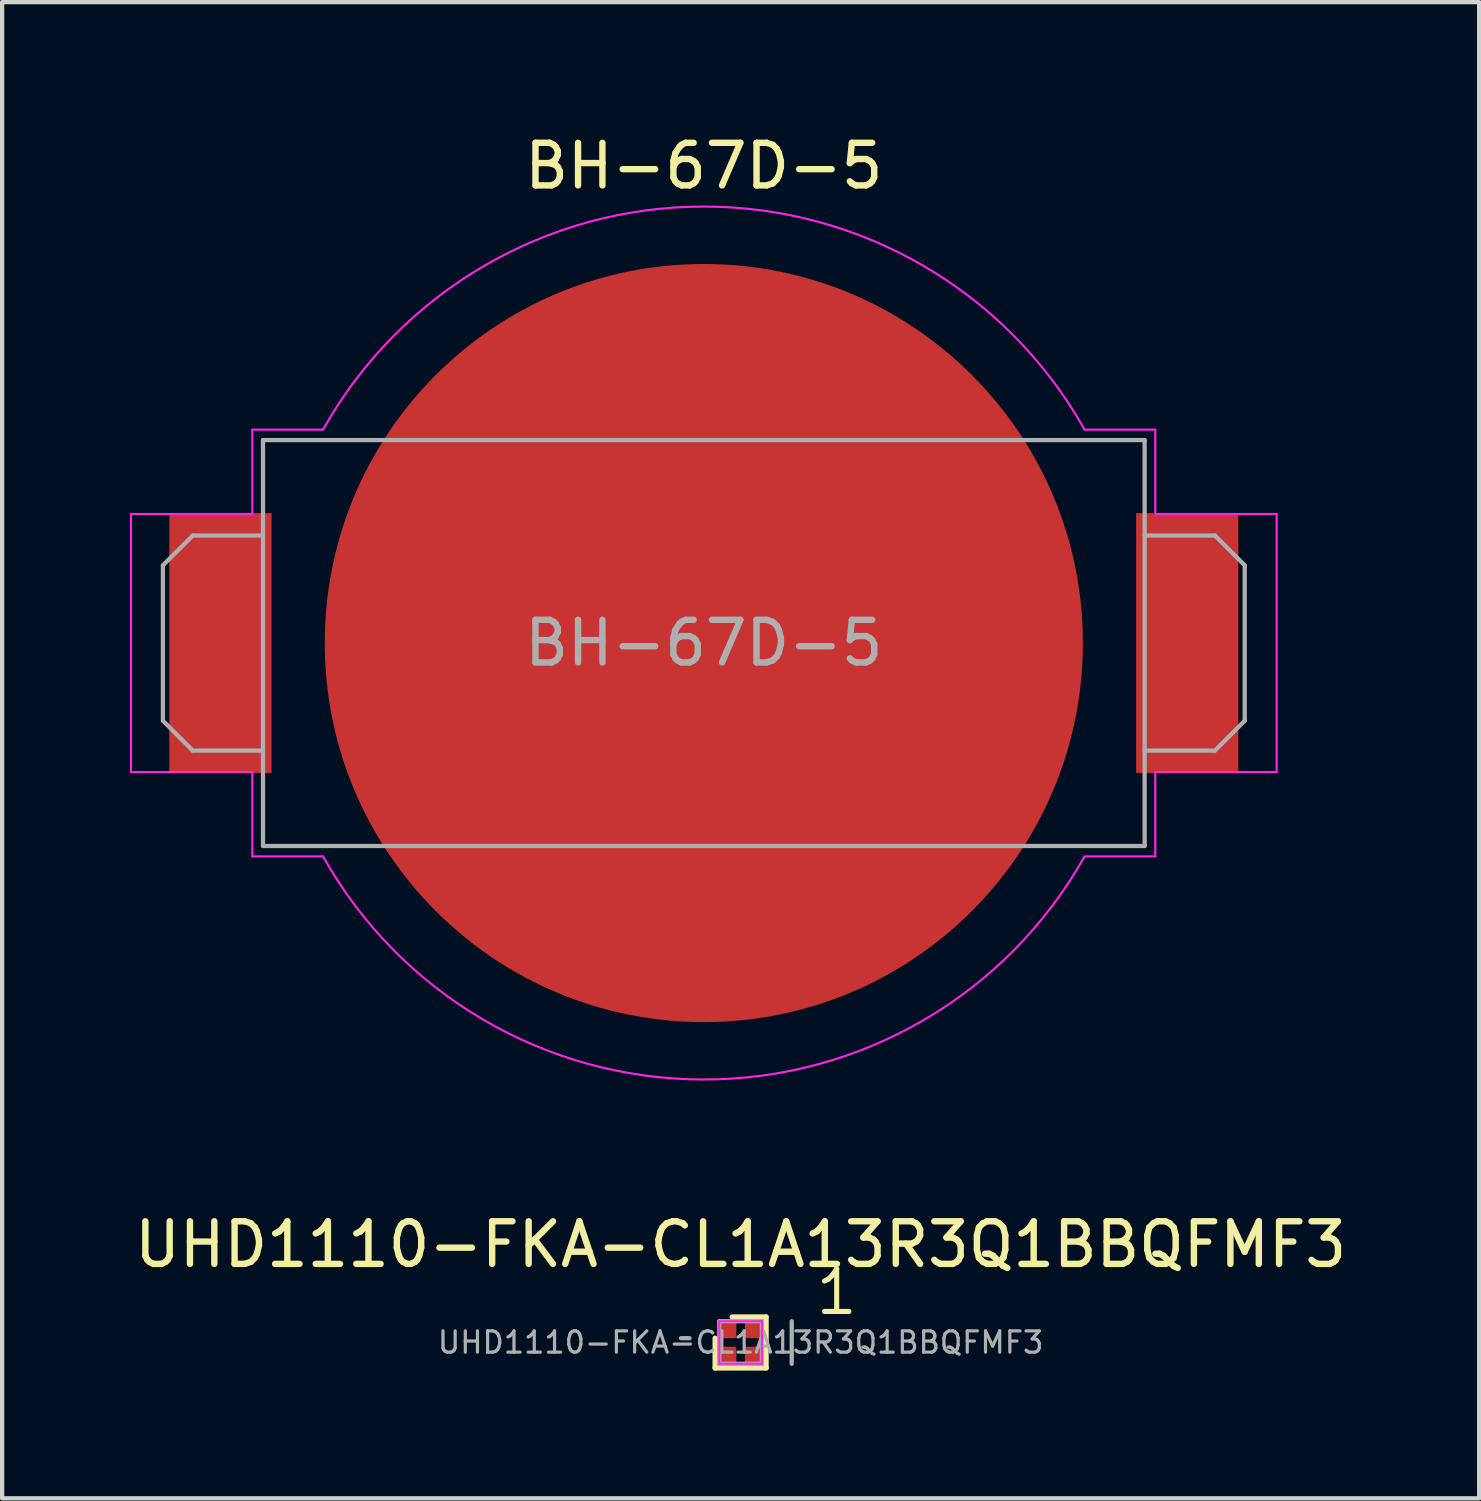
<source format=kicad_pcb>
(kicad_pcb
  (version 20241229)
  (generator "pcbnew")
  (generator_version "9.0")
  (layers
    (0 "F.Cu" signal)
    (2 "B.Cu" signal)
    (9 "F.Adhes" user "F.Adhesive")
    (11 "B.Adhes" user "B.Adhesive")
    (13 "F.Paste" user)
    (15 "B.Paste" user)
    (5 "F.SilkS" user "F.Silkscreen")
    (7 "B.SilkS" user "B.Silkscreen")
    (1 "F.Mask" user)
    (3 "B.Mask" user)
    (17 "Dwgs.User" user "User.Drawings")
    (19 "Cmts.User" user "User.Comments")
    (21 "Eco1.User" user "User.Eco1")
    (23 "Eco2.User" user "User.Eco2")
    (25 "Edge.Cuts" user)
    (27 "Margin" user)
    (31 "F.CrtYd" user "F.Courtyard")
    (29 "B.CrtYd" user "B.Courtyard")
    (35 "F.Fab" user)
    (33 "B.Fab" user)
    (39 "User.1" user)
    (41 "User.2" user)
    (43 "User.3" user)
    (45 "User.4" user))
  (footprint "BH-67D-5"
    (layer "F.Cu")
    (at 13.475 12.048)
    (property "Reference" "BH-67D-5" (at 0 -11.2 0) (layer "F.SilkS") (effects (font (size 1 1) (thickness 0.15))))
    (attr smd)
    (fp_line (start -13.45 -3.03) (end -13.45 3.03) (stroke (width 0.05) (type solid)) (layer "F.CrtYd"))
    (fp_line (start -13.45 3.03) (end -10.6 3.03) (stroke (width 0.05) (type solid)) (layer "F.CrtYd"))
    (fp_line (start -10.6 -5.01) (end -10.6 -3.03) (stroke (width 0.05) (type solid)) (layer "F.CrtYd"))
    (fp_line (start -10.6 -3.03) (end -13.45 -3.03) (stroke (width 0.05) (type solid)) (layer "F.CrtYd"))
    (fp_line (start -10.6 5.01) (end -10.6 3.03) (stroke (width 0.05) (type solid)) (layer "F.CrtYd"))
    (fp_line (start -10.6 5.01) (end -8.94 5.01) (stroke (width 0.05) (type solid)) (layer "F.CrtYd"))
    (fp_line (start -8.94 -5.01) (end -10.6 -5.01) (stroke (width 0.05) (type solid)) (layer "F.CrtYd"))
    (fp_line (start 8.94 -5.01) (end 10.6 -5.01) (stroke (width 0.05) (type solid)) (layer "F.CrtYd"))
    (fp_line (start 8.94 5.01) (end 10.6 5.01) (stroke (width 0.05) (type solid)) (layer "F.CrtYd"))
    (fp_line (start 10.6 -5.01) (end 10.6 -3.03) (stroke (width 0.05) (type solid)) (layer "F.CrtYd"))
    (fp_line (start 10.6 -3.03) (end 13.45 -3.03) (stroke (width 0.05) (type solid)) (layer "F.CrtYd"))
    (fp_line (start 10.6 3.03) (end 13.45 3.03) (stroke (width 0.05) (type solid)) (layer "F.CrtYd"))
    (fp_line (start 10.6 5.01) (end 10.6 3.03) (stroke (width 0.05) (type solid)) (layer "F.CrtYd"))
    (fp_line (start 13.45 -3.03) (end 13.45 3.03) (stroke (width 0.05) (type solid)) (layer "F.CrtYd"))
    (fp_arc (start -8.934116 -5.020486) (mid 0.006012 -10.248106) (end 8.94 -5.01) (stroke (width 0.05) (type solid)) (layer "F.CrtYd"))
    (fp_arc (start 8.92534 5.036071) (mid -0.014955 10.248096) (end -8.94 5.01) (stroke (width 0.05) (type solid)) (layer "F.CrtYd"))
    (fp_line (start -12.7 -1.825) (end -12.7 1.825) (stroke (width 0.1) (type solid)) (layer "F.Fab"))
    (fp_line (start -12.7 -1.825) (end -12 -2.525) (stroke (width 0.1) (type solid)) (layer "F.Fab"))
    (fp_line (start -12.7 1.825) (end -12 2.525) (stroke (width 0.1) (type solid)) (layer "F.Fab"))
    (fp_line (start -10.35 -4.765) (end 10.35 -4.765) (stroke (width 0.1) (type solid)) (layer "F.Fab"))
    (fp_line (start -10.35 -2.525) (end -12 -2.525) (stroke (width 0.1) (type solid)) (layer "F.Fab"))
    (fp_line (start -10.35 2.525) (end -12 2.525) (stroke (width 0.1) (type solid)) (layer "F.Fab"))
    (fp_line (start -10.35 4.765) (end -10.35 -4.765) (stroke (width 0.1) (type solid)) (layer "F.Fab"))
    (fp_line (start -10.35 4.765) (end 10.35 4.765) (stroke (width 0.1) (type solid)) (layer "F.Fab"))
    (fp_line (start 10.35 -2.525) (end 12 -2.525) (stroke (width 0.1) (type solid)) (layer "F.Fab"))
    (fp_line (start 10.35 2.525) (end 12 2.525) (stroke (width 0.1) (type solid)) (layer "F.Fab"))
    (fp_line (start 10.35 4.765) (end 10.35 -4.765) (stroke (width 0.1) (type solid)) (layer "F.Fab"))
    (fp_line (start 12.7 -1.825) (end 12 -2.525) (stroke (width 0.1) (type solid)) (layer "F.Fab"))
    (fp_line (start 12.7 -1.825) (end 12.7 1.825) (stroke (width 0.1) (type solid)) (layer "F.Fab"))
    (fp_line (start 12.7 1.825) (end 12 2.525) (stroke (width 0.1) (type solid)) (layer "F.Fab"))
    (fp_text user "${REFERENCE}" (at 0 0 0) (layer "F.Fab") (effects (font (size 1 1) (thickness 0.15))))
    (pad "1" smd rect (at -11.35 0) (size 2.4 6.1) (layers "F.Cu" "F.Mask" "F.Paste"))
    (pad "1" smd rect (at 11.35 0) (size 2.4 6.1) (layers "F.Cu" "F.Mask" "F.Paste"))
    (pad "2" smd circle (at 0 0) (size 17.8 17.8) (layers "F.Cu" "F.Mask")))
  (footprint "UHD1110-FKA-CL1A13R3Q1BBQFMF3"
    (layer "F.Cu")
    (at 14.339 28.47)
    (property "Reference" "UHD1110-FKA-CL1A13R3Q1BBQFMF3" (at 0 -2.3 0) (layer "F.SilkS") (effects (font (size 1 1) (thickness 0.15))))
    (attr smd)
    (fp_line (start -0.6 0.6) (end -0.6 -0.1) (stroke (width 0.12) (type solid)) (layer "F.SilkS"))
    (fp_line (start 0.6 -0.6) (end -0.2 -0.6) (stroke (width 0.12) (type solid)) (layer "F.SilkS"))
    (fp_line (start 0.6 -0.6) (end 0.6 0.6) (stroke (width 0.12) (type solid)) (layer "F.SilkS"))
    (fp_line (start 0.6 0.6) (end -0.6 0.6) (stroke (width 0.12) (type solid)) (layer "F.SilkS"))
    (fp_line (start -0.5 -0.5) (end -0.5 0.5) (stroke (width 0.05) (type solid)) (layer "F.CrtYd"))
    (fp_line (start -0.5 0.5) (end 0.5 0.5) (stroke (width 0.05) (type solid)) (layer "F.CrtYd"))
    (fp_line (start 0.5 -0.5) (end -0.5 -0.5) (stroke (width 0.05) (type solid)) (layer "F.CrtYd"))
    (fp_line (start 0.5 0.5) (end 0.5 -0.5) (stroke (width 0.05) (type solid)) (layer "F.CrtYd"))
    (fp_line (start -1.2 -0.1) (end -1.4 -0.1) (stroke (width 0.1) (type solid)) (layer "F.Fab"))
    (fp_line (start -0.5 -0.5) (end 0.5 -0.5) (stroke (width 0.1) (type solid)) (layer "F.Fab"))
    (fp_line (start -0.5 0.5) (end -0.5 -0.5) (stroke (width 0.1) (type solid)) (layer "F.Fab"))
    (fp_line (start 0.5 -0.5) (end 0.5 0.5) (stroke (width 0.1) (type solid)) (layer "F.Fab"))
    (fp_line (start 0.5 0.5) (end -0.5 0.5) (stroke (width 0.1) (type solid)) (layer "F.Fab"))
    (fp_line (start 1.2 0.5) (end 1.2 -0.5) (stroke (width 0.1) (type solid)) (layer "F.Fab"))
    (fp_text user "1" (at 1.7 -0.6 0) (unlocked yes) (layer "F.SilkS") (effects (font (size 1 1) (thickness 0.12)) (justify left bottom)))
    (fp_text user "${REFERENCE}" (at 0 0 0) (layer "F.Fab") (effects (font (size 0.5 0.5) (thickness 0.075))))
    (pad "1" smd roundrect (at -0.3 -0.3 180) (size 0.4 0.4) (layers "F.Cu" "F.Mask" "F.Paste") (roundrect_rratio 0.1))
    (pad "2" smd roundrect (at -0.3 0.3 180) (size 0.4 0.4) (layers "F.Cu" "F.Mask" "F.Paste") (roundrect_rratio 0.1))
    (pad "3" smd roundrect (at 0.3 0.3 180) (size 0.4 0.4) (layers "F.Cu" "F.Mask" "F.Paste") (roundrect_rratio 0.1))
    (pad "4" smd roundrect (at 0.3 -0.3 180) (size 0.4 0.4) (layers "F.Cu" "F.Mask" "F.Paste") (roundrect_rratio 0.1)))
  (gr_rect
    (start -3 -3)
    (end 31.679 32.13)
    (stroke (width 0.1) (type default))
    (fill no)
    (layer "Edge.Cuts")))
</source>
